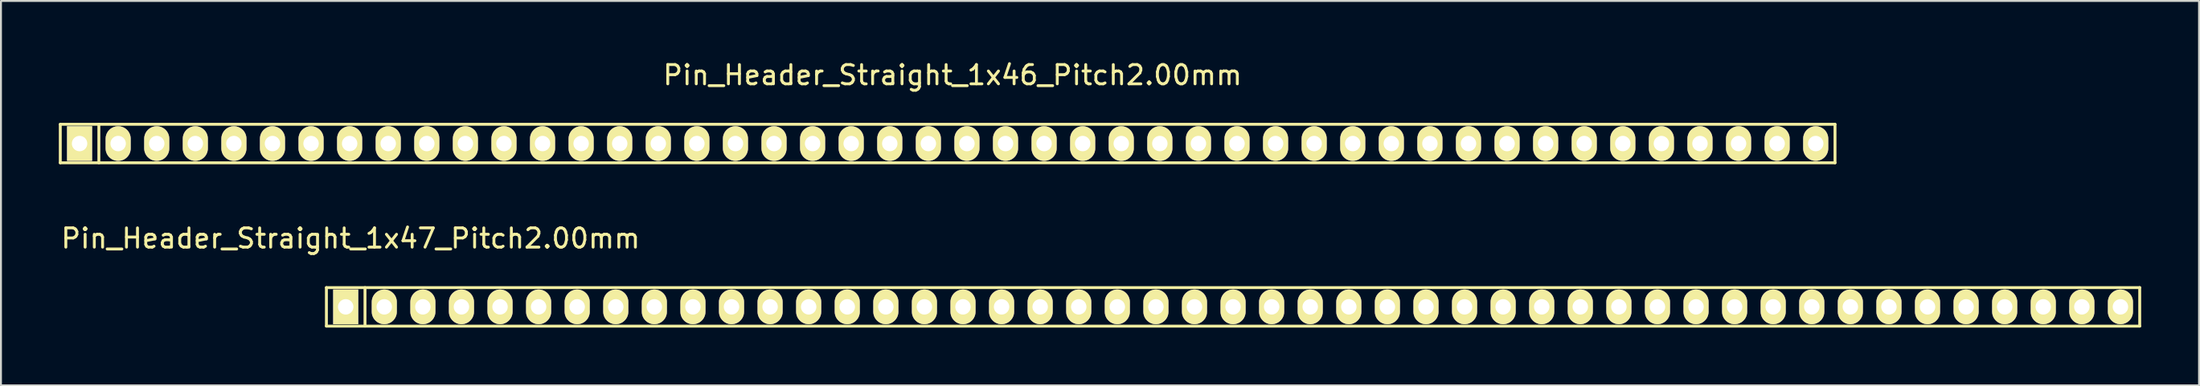
<source format=kicad_pcb>
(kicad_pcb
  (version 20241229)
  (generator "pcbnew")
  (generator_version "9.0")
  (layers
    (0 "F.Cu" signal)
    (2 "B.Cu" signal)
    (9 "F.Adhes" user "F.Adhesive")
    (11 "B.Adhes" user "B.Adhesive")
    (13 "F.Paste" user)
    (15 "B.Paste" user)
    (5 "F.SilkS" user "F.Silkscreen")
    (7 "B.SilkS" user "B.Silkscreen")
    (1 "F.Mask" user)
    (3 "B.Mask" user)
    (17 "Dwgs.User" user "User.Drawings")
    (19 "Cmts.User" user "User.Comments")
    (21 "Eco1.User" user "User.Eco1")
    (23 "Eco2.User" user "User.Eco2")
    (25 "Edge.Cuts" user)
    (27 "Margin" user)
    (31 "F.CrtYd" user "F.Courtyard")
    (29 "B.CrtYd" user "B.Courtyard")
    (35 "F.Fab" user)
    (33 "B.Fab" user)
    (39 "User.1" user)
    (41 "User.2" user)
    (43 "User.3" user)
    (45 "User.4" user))
  (footprint "Pin_Header_Straight_1x46_Pitch2.00mm"
    (layer "F.Cu")
    (at 46.075 4.404)
    (property "Reference" "Pin_Header_Straight_1x46_Pitch2.00mm" (at 0.254 -3.556 0) (layer "F.SilkS") (effects (font (size 1 1) (thickness 0.15))))
    (attr through_hole)
    (fp_line (start -46 -1) (end 46 -1) (stroke (width 0.15) (type solid)) (layer "F.SilkS"))
    (fp_line (start -46 1) (end -46 -1) (stroke (width 0.15) (type solid)) (layer "F.SilkS"))
    (fp_line (start -44 -1) (end -44 1) (stroke (width 0.15) (type solid)) (layer "F.SilkS"))
    (fp_line (start 46 -1) (end 46 1) (stroke (width 0.15) (type solid)) (layer "F.SilkS"))
    (fp_line (start 46 1) (end -46 1) (stroke (width 0.15) (type solid)) (layer "F.SilkS"))
    (pad "1" thru_hole rect (at -45 0) (size 1.3 1.8) (drill 0.8) (layers "*.Cu" "*.Mask" "F.SilkS"))
    (pad "2" thru_hole oval (at -43 0) (size 1.3 1.8) (drill 0.8) (layers "*.Cu" "*.Mask" "F.SilkS"))
    (pad "3" thru_hole oval (at -41 0) (size 1.3 1.8) (drill 0.8) (layers "*.Cu" "*.Mask" "F.SilkS"))
    (pad "4" thru_hole oval (at -39 0) (size 1.3 1.8) (drill 0.8) (layers "*.Cu" "*.Mask" "F.SilkS"))
    (pad "5" thru_hole oval (at -37 0) (size 1.3 1.8) (drill 0.8) (layers "*.Cu" "*.Mask" "F.SilkS"))
    (pad "6" thru_hole oval (at -35 0) (size 1.3 1.8) (drill 0.8) (layers "*.Cu" "*.Mask" "F.SilkS"))
    (pad "7" thru_hole oval (at -33 0) (size 1.3 1.8) (drill 0.8) (layers "*.Cu" "*.Mask" "F.SilkS"))
    (pad "8" thru_hole oval (at -31 0) (size 1.3 1.8) (drill 0.8) (layers "*.Cu" "*.Mask" "F.SilkS"))
    (pad "9" thru_hole oval (at -29 0) (size 1.3 1.8) (drill 0.8) (layers "*.Cu" "*.Mask" "F.SilkS"))
    (pad "10" thru_hole oval (at -27 0) (size 1.3 1.8) (drill 0.8) (layers "*.Cu" "*.Mask" "F.SilkS"))
    (pad "11" thru_hole oval (at -25 0) (size 1.3 1.8) (drill 0.8) (layers "*.Cu" "*.Mask" "F.SilkS"))
    (pad "12" thru_hole oval (at -23 0) (size 1.3 1.8) (drill 0.8) (layers "*.Cu" "*.Mask" "F.SilkS"))
    (pad "13" thru_hole oval (at -21 0) (size 1.3 1.8) (drill 0.8) (layers "*.Cu" "*.Mask" "F.SilkS"))
    (pad "14" thru_hole oval (at -19 0) (size 1.3 1.8) (drill 0.8) (layers "*.Cu" "*.Mask" "F.SilkS"))
    (pad "15" thru_hole oval (at -17 0) (size 1.3 1.8) (drill 0.8) (layers "*.Cu" "*.Mask" "F.SilkS"))
    (pad "16" thru_hole oval (at -15 0) (size 1.3 1.8) (drill 0.8) (layers "*.Cu" "*.Mask" "F.SilkS"))
    (pad "17" thru_hole oval (at -13 0) (size 1.3 1.8) (drill 0.8) (layers "*.Cu" "*.Mask" "F.SilkS"))
    (pad "18" thru_hole oval (at -11 0) (size 1.3 1.8) (drill 0.8) (layers "*.Cu" "*.Mask" "F.SilkS"))
    (pad "19" thru_hole oval (at -9 0) (size 1.3 1.8) (drill 0.8) (layers "*.Cu" "*.Mask" "F.SilkS"))
    (pad "20" thru_hole oval (at -7 0) (size 1.3 1.8) (drill 0.8) (layers "*.Cu" "*.Mask" "F.SilkS"))
    (pad "21" thru_hole oval (at -5 0) (size 1.3 1.8) (drill 0.8) (layers "*.Cu" "*.Mask" "F.SilkS"))
    (pad "22" thru_hole oval (at -3 0) (size 1.3 1.8) (drill 0.8) (layers "*.Cu" "*.Mask" "F.SilkS"))
    (pad "23" thru_hole oval (at -1 0) (size 1.3 1.8) (drill 0.8) (layers "*.Cu" "*.Mask" "F.SilkS"))
    (pad "24" thru_hole oval (at 1 0) (size 1.3 1.8) (drill 0.8) (layers "*.Cu" "*.Mask" "F.SilkS"))
    (pad "25" thru_hole oval (at 3 0) (size 1.3 1.8) (drill 0.8) (layers "*.Cu" "*.Mask" "F.SilkS"))
    (pad "26" thru_hole oval (at 5 0) (size 1.3 1.8) (drill 0.8) (layers "*.Cu" "*.Mask" "F.SilkS"))
    (pad "27" thru_hole oval (at 7 0) (size 1.3 1.8) (drill 0.8) (layers "*.Cu" "*.Mask" "F.SilkS"))
    (pad "28" thru_hole oval (at 9 0) (size 1.3 1.8) (drill 0.8) (layers "*.Cu" "*.Mask" "F.SilkS"))
    (pad "29" thru_hole oval (at 11 0) (size 1.3 1.8) (drill 0.8) (layers "*.Cu" "*.Mask" "F.SilkS"))
    (pad "30" thru_hole oval (at 13 0) (size 1.3 1.8) (drill 0.8) (layers "*.Cu" "*.Mask" "F.SilkS"))
    (pad "31" thru_hole oval (at 15 0) (size 1.3 1.8) (drill 0.8) (layers "*.Cu" "*.Mask" "F.SilkS"))
    (pad "32" thru_hole oval (at 17 0) (size 1.3 1.8) (drill 0.8) (layers "*.Cu" "*.Mask" "F.SilkS"))
    (pad "33" thru_hole oval (at 19 0) (size 1.3 1.8) (drill 0.8) (layers "*.Cu" "*.Mask" "F.SilkS"))
    (pad "34" thru_hole oval (at 21 0) (size 1.3 1.8) (drill 0.8) (layers "*.Cu" "*.Mask" "F.SilkS"))
    (pad "35" thru_hole oval (at 23 0) (size 1.3 1.8) (drill 0.8) (layers "*.Cu" "*.Mask" "F.SilkS"))
    (pad "36" thru_hole oval (at 25 0) (size 1.3 1.8) (drill 0.8) (layers "*.Cu" "*.Mask" "F.SilkS"))
    (pad "37" thru_hole oval (at 27 0) (size 1.3 1.8) (drill 0.8) (layers "*.Cu" "*.Mask" "F.SilkS"))
    (pad "38" thru_hole oval (at 29 0) (size 1.3 1.8) (drill 0.8) (layers "*.Cu" "*.Mask" "F.SilkS"))
    (pad "39" thru_hole oval (at 31 0) (size 1.3 1.8) (drill 0.8) (layers "*.Cu" "*.Mask" "F.SilkS"))
    (pad "40" thru_hole oval (at 33 0) (size 1.3 1.8) (drill 0.8) (layers "*.Cu" "*.Mask" "F.SilkS"))
    (pad "41" thru_hole oval (at 35 0) (size 1.3 1.8) (drill 0.8) (layers "*.Cu" "*.Mask" "F.SilkS"))
    (pad "42" thru_hole oval (at 37 0) (size 1.3 1.8) (drill 0.8) (layers "*.Cu" "*.Mask" "F.SilkS"))
    (pad "43" thru_hole oval (at 39 0) (size 1.3 1.8) (drill 0.8) (layers "*.Cu" "*.Mask" "F.SilkS"))
    (pad "44" thru_hole oval (at 41 0) (size 1.3 1.8) (drill 0.8) (layers "*.Cu" "*.Mask" "F.SilkS"))
    (pad "45" thru_hole oval (at 43 0) (size 1.3 1.8) (drill 0.8) (layers "*.Cu" "*.Mask" "F.SilkS"))
    (pad "46" thru_hole oval (at 45 0) (size 1.3 1.8) (drill 0.8) (layers "*.Cu" "*.Mask" "F.SilkS")))
  (footprint "Pin_Header_Straight_1x47_Pitch2.00mm"
    (layer "F.Cu")
    (at 14.871 12.883)
    (property "Reference" "Pin_Header_Straight_1x47_Pitch2.00mm" (at 0.254 -3.556 0) (layer "F.SilkS") (effects (font (size 1 1) (thickness 0.15))))
    (attr through_hole)
    (fp_line (start -1 -1) (end 93 -1) (stroke (width 0.15) (type solid)) (layer "F.SilkS"))
    (fp_line (start -1 1) (end -1 -1) (stroke (width 0.15) (type solid)) (layer "F.SilkS"))
    (fp_line (start 1 -1) (end 1 1) (stroke (width 0.15) (type solid)) (layer "F.SilkS"))
    (fp_line (start 93 -1) (end 93 1) (stroke (width 0.15) (type solid)) (layer "F.SilkS"))
    (fp_line (start 93 1) (end -1 1) (stroke (width 0.15) (type solid)) (layer "F.SilkS"))
    (pad "1" thru_hole rect (at 0 0) (size 1.3 1.8) (drill 0.8) (layers "*.Cu" "*.Mask" "F.SilkS"))
    (pad "2" thru_hole oval (at 2 0) (size 1.3 1.8) (drill 0.8) (layers "*.Cu" "*.Mask" "F.SilkS"))
    (pad "3" thru_hole oval (at 4 0) (size 1.3 1.8) (drill 0.8) (layers "*.Cu" "*.Mask" "F.SilkS"))
    (pad "4" thru_hole oval (at 6 0) (size 1.3 1.8) (drill 0.8) (layers "*.Cu" "*.Mask" "F.SilkS"))
    (pad "5" thru_hole oval (at 8 0) (size 1.3 1.8) (drill 0.8) (layers "*.Cu" "*.Mask" "F.SilkS"))
    (pad "6" thru_hole oval (at 10 0) (size 1.3 1.8) (drill 0.8) (layers "*.Cu" "*.Mask" "F.SilkS"))
    (pad "7" thru_hole oval (at 12 0) (size 1.3 1.8) (drill 0.8) (layers "*.Cu" "*.Mask" "F.SilkS"))
    (pad "8" thru_hole oval (at 14 0) (size 1.3 1.8) (drill 0.8) (layers "*.Cu" "*.Mask" "F.SilkS"))
    (pad "9" thru_hole oval (at 16 0) (size 1.3 1.8) (drill 0.8) (layers "*.Cu" "*.Mask" "F.SilkS"))
    (pad "10" thru_hole oval (at 18 0) (size 1.3 1.8) (drill 0.8) (layers "*.Cu" "*.Mask" "F.SilkS"))
    (pad "11" thru_hole oval (at 20 0) (size 1.3 1.8) (drill 0.8) (layers "*.Cu" "*.Mask" "F.SilkS"))
    (pad "12" thru_hole oval (at 22 0) (size 1.3 1.8) (drill 0.8) (layers "*.Cu" "*.Mask" "F.SilkS"))
    (pad "13" thru_hole oval (at 24 0) (size 1.3 1.8) (drill 0.8) (layers "*.Cu" "*.Mask" "F.SilkS"))
    (pad "14" thru_hole oval (at 26 0) (size 1.3 1.8) (drill 0.8) (layers "*.Cu" "*.Mask" "F.SilkS"))
    (pad "15" thru_hole oval (at 28 0) (size 1.3 1.8) (drill 0.8) (layers "*.Cu" "*.Mask" "F.SilkS"))
    (pad "16" thru_hole oval (at 30 0) (size 1.3 1.8) (drill 0.8) (layers "*.Cu" "*.Mask" "F.SilkS"))
    (pad "17" thru_hole oval (at 32 0) (size 1.3 1.8) (drill 0.8) (layers "*.Cu" "*.Mask" "F.SilkS"))
    (pad "18" thru_hole oval (at 34 0) (size 1.3 1.8) (drill 0.8) (layers "*.Cu" "*.Mask" "F.SilkS"))
    (pad "19" thru_hole oval (at 36 0) (size 1.3 1.8) (drill 0.8) (layers "*.Cu" "*.Mask" "F.SilkS"))
    (pad "20" thru_hole oval (at 38 0) (size 1.3 1.8) (drill 0.8) (layers "*.Cu" "*.Mask" "F.SilkS"))
    (pad "21" thru_hole oval (at 40 0) (size 1.3 1.8) (drill 0.8) (layers "*.Cu" "*.Mask" "F.SilkS"))
    (pad "22" thru_hole oval (at 42 0) (size 1.3 1.8) (drill 0.8) (layers "*.Cu" "*.Mask" "F.SilkS"))
    (pad "23" thru_hole oval (at 44 0) (size 1.3 1.8) (drill 0.8) (layers "*.Cu" "*.Mask" "F.SilkS"))
    (pad "24" thru_hole oval (at 46 0) (size 1.3 1.8) (drill 0.8) (layers "*.Cu" "*.Mask" "F.SilkS"))
    (pad "25" thru_hole oval (at 48 0) (size 1.3 1.8) (drill 0.8) (layers "*.Cu" "*.Mask" "F.SilkS"))
    (pad "26" thru_hole oval (at 50 0) (size 1.3 1.8) (drill 0.8) (layers "*.Cu" "*.Mask" "F.SilkS"))
    (pad "27" thru_hole oval (at 52 0) (size 1.3 1.8) (drill 0.8) (layers "*.Cu" "*.Mask" "F.SilkS"))
    (pad "28" thru_hole oval (at 54 0) (size 1.3 1.8) (drill 0.8) (layers "*.Cu" "*.Mask" "F.SilkS"))
    (pad "29" thru_hole oval (at 56 0) (size 1.3 1.8) (drill 0.8) (layers "*.Cu" "*.Mask" "F.SilkS"))
    (pad "30" thru_hole oval (at 58 0) (size 1.3 1.8) (drill 0.8) (layers "*.Cu" "*.Mask" "F.SilkS"))
    (pad "31" thru_hole oval (at 60 0) (size 1.3 1.8) (drill 0.8) (layers "*.Cu" "*.Mask" "F.SilkS"))
    (pad "32" thru_hole oval (at 62 0) (size 1.3 1.8) (drill 0.8) (layers "*.Cu" "*.Mask" "F.SilkS"))
    (pad "33" thru_hole oval (at 64 0) (size 1.3 1.8) (drill 0.8) (layers "*.Cu" "*.Mask" "F.SilkS"))
    (pad "34" thru_hole oval (at 66 0) (size 1.3 1.8) (drill 0.8) (layers "*.Cu" "*.Mask" "F.SilkS"))
    (pad "35" thru_hole oval (at 68 0) (size 1.3 1.8) (drill 0.8) (layers "*.Cu" "*.Mask" "F.SilkS"))
    (pad "36" thru_hole oval (at 70 0) (size 1.3 1.8) (drill 0.8) (layers "*.Cu" "*.Mask" "F.SilkS"))
    (pad "37" thru_hole oval (at 72 0) (size 1.3 1.8) (drill 0.8) (layers "*.Cu" "*.Mask" "F.SilkS"))
    (pad "38" thru_hole oval (at 74 0) (size 1.3 1.8) (drill 0.8) (layers "*.Cu" "*.Mask" "F.SilkS"))
    (pad "39" thru_hole oval (at 76 0) (size 1.3 1.8) (drill 0.8) (layers "*.Cu" "*.Mask" "F.SilkS"))
    (pad "40" thru_hole oval (at 78 0) (size 1.3 1.8) (drill 0.8) (layers "*.Cu" "*.Mask" "F.SilkS"))
    (pad "41" thru_hole oval (at 80 0) (size 1.3 1.8) (drill 0.8) (layers "*.Cu" "*.Mask" "F.SilkS"))
    (pad "42" thru_hole oval (at 82 0) (size 1.3 1.8) (drill 0.8) (layers "*.Cu" "*.Mask" "F.SilkS"))
    (pad "43" thru_hole oval (at 84 0) (size 1.3 1.8) (drill 0.8) (layers "*.Cu" "*.Mask" "F.SilkS"))
    (pad "44" thru_hole oval (at 86 0) (size 1.3 1.8) (drill 0.8) (layers "*.Cu" "*.Mask" "F.SilkS"))
    (pad "45" thru_hole oval (at 88 0) (size 1.3 1.8) (drill 0.8) (layers "*.Cu" "*.Mask" "F.SilkS"))
    (pad "46" thru_hole oval (at 90 0) (size 1.3 1.8) (drill 0.8) (layers "*.Cu" "*.Mask" "F.SilkS"))
    (pad "47" thru_hole oval (at 92 0) (size 1.3 1.8) (drill 0.8) (layers "*.Cu" "*.Mask" "F.SilkS")))
  (gr_rect
    (start -3 -3)
    (end 110.946 16.959)
    (stroke (width 0.1) (type default))
    (fill no)
    (layer "Edge.Cuts")))
</source>
